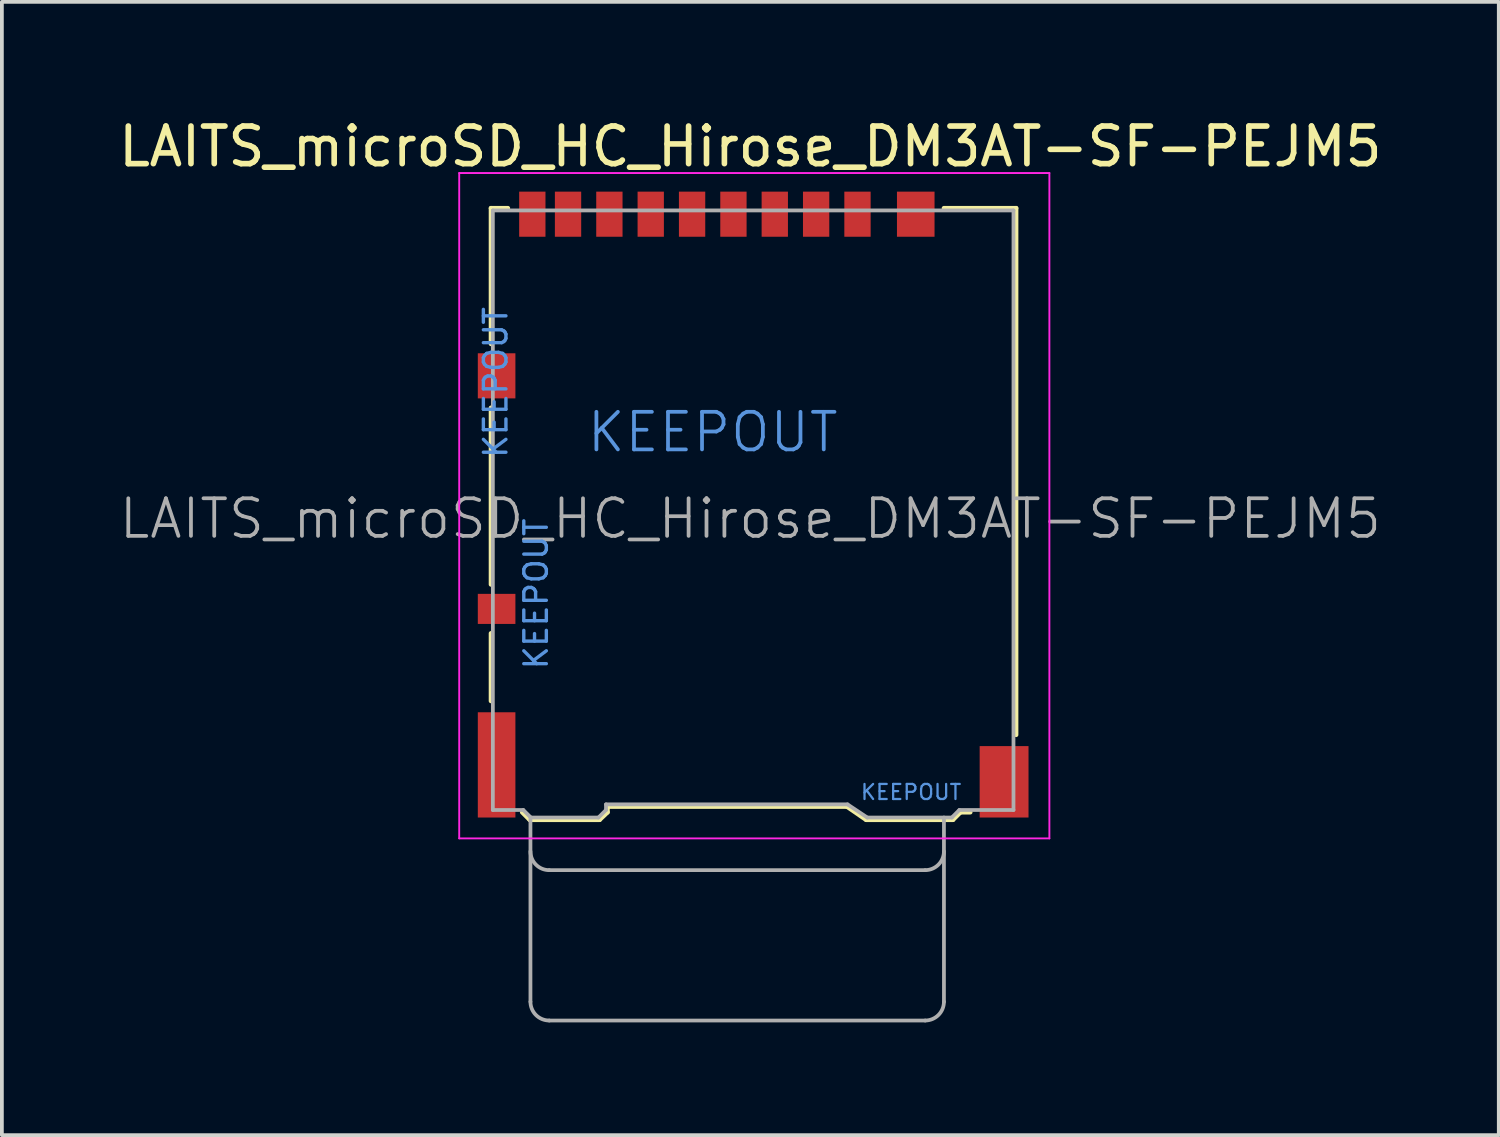
<source format=kicad_pcb>
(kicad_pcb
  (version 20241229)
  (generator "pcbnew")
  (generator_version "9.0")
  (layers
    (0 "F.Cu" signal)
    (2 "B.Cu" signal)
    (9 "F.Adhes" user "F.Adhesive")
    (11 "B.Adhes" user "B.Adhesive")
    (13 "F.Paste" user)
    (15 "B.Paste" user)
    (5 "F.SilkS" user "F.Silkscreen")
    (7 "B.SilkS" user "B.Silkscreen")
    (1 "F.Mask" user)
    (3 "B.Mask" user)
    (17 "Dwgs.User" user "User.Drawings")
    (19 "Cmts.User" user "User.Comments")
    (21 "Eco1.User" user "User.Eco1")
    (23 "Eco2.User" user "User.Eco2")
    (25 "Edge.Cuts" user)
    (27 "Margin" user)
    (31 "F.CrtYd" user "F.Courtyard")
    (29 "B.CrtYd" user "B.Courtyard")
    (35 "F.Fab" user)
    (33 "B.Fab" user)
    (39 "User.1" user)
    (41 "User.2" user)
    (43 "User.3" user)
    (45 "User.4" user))
  (footprint "LAITS_microSD_HC_Hirose_DM3AT-SF-PEJM5"
    (layer "F.Cu")
    (at 16.986 10.373)
    (property "Reference" "LAITS_microSD_HC_Hirose_DM3AT-SF-PEJM5" (at -0.075 -9.525 0) (layer "F.SilkS") (effects (font (size 1 1) (thickness 0.15))))
    (attr smd)
    (fp_line (start -6.975 -7.885) (end -6.975 -4.275) (stroke (width 0.12) (type solid)) (layer "F.SilkS"))
    (fp_line (start -6.975 -2.575) (end -6.975 2.125) (stroke (width 0.12) (type solid)) (layer "F.SilkS"))
    (fp_line (start -6.975 3.425) (end -6.975 5.225) (stroke (width 0.12) (type solid)) (layer "F.SilkS"))
    (fp_line (start -6.525 -7.885) (end -6.975 -7.885) (stroke (width 0.12) (type solid)) (layer "F.SilkS"))
    (fp_line (start -5.945 8.385) (end -6.145 8.185) (stroke (width 0.12) (type solid)) (layer "F.SilkS"))
    (fp_line (start -5.945 8.385) (end -4.085 8.385) (stroke (width 0.12) (type solid)) (layer "F.SilkS"))
    (fp_line (start -4.085 8.385) (end -3.875 8.185) (stroke (width 0.12) (type solid)) (layer "F.SilkS"))
    (fp_line (start -3.875 8.035) (end -3.875 8.185) (stroke (width 0.12) (type solid)) (layer "F.SilkS"))
    (fp_line (start -3.875 8.035) (end 2.495 8.035) (stroke (width 0.12) (type solid)) (layer "F.SilkS"))
    (fp_line (start 3.005 8.385) (end 2.495 8.035) (stroke (width 0.12) (type solid)) (layer "F.SilkS"))
    (fp_line (start 5.075 -7.885) (end 6.995 -7.885) (stroke (width 0.12) (type solid)) (layer "F.SilkS"))
    (fp_line (start 5.315 8.385) (end 3.005 8.385) (stroke (width 0.12) (type solid)) (layer "F.SilkS"))
    (fp_line (start 5.315 8.385) (end 5.515 8.185) (stroke (width 0.12) (type solid)) (layer "F.SilkS"))
    (fp_line (start 5.515 8.185) (end 5.775 8.185) (stroke (width 0.12) (type solid)) (layer "F.SilkS"))
    (fp_line (start 6.995 -7.885) (end 6.995 6.125) (stroke (width 0.12) (type solid)) (layer "F.SilkS"))
    (fp_line (start -7.82 -8.82) (end 7.88 -8.82) (stroke (width 0.05) (type solid)) (layer "F.CrtYd"))
    (fp_line (start -7.82 8.88) (end -7.82 -8.82) (stroke (width 0.05) (type solid)) (layer "F.CrtYd"))
    (fp_line (start 7.88 -8.82) (end 7.88 8.88) (stroke (width 0.05) (type solid)) (layer "F.CrtYd"))
    (fp_line (start 7.88 8.88) (end -7.82 8.88) (stroke (width 0.05) (type solid)) (layer "F.CrtYd"))
    (fp_line (start -6.925 8.125) (end -6.925 -7.825) (stroke (width 0.1) (type solid)) (layer "F.Fab"))
    (fp_line (start -6.115 8.125) (end -6.925 8.125) (stroke (width 0.1) (type solid)) (layer "F.Fab"))
    (fp_line (start -5.925 8.325) (end -5.925 13.225) (stroke (width 0.1) (type solid)) (layer "F.Fab"))
    (fp_line (start -5.915 8.325) (end -6.115 8.125) (stroke (width 0.1) (type solid)) (layer "F.Fab"))
    (fp_line (start -5.425 9.725) (end 4.575 9.725) (stroke (width 0.1) (type solid)) (layer "F.Fab"))
    (fp_line (start -5.425 13.725) (end 4.575 13.725) (stroke (width 0.1) (type solid)) (layer "F.Fab"))
    (fp_line (start -4.115 8.325) (end -5.915 8.325) (stroke (width 0.1) (type solid)) (layer "F.Fab"))
    (fp_line (start -3.915 8.125) (end -4.115 8.325) (stroke (width 0.1) (type solid)) (layer "F.Fab"))
    (fp_line (start -3.915 8.125) (end -3.915 7.975) (stroke (width 0.1) (type solid)) (layer "F.Fab"))
    (fp_line (start 2.51 7.975) (end -3.915 7.975) (stroke (width 0.1) (type solid)) (layer "F.Fab"))
    (fp_line (start 3.035 8.325) (end 2.51 7.975) (stroke (width 0.1) (type solid)) (layer "F.Fab"))
    (fp_line (start 5.075 13.225) (end 5.075 8.325) (stroke (width 0.1) (type solid)) (layer "F.Fab"))
    (fp_line (start 5.285 8.325) (end 3.035 8.325) (stroke (width 0.1) (type solid)) (layer "F.Fab"))
    (fp_line (start 5.285 8.325) (end 5.485 8.125) (stroke (width 0.1) (type solid)) (layer "F.Fab"))
    (fp_line (start 5.485 8.125) (end 6.925 8.125) (stroke (width 0.1) (type solid)) (layer "F.Fab"))
    (fp_line (start 6.925 -7.825) (end -6.925 -7.825) (stroke (width 0.1) (type solid)) (layer "F.Fab"))
    (fp_line (start 6.925 8.125) (end 6.925 -7.825) (stroke (width 0.1) (type solid)) (layer "F.Fab"))
    (fp_arc (start -5.425 9.725) (mid -5.778553 9.578553) (end -5.925 9.225) (stroke (width 0.1) (type solid)) (layer "F.Fab"))
    (fp_arc (start -5.425 13.725) (mid -5.778553 13.578553) (end -5.925 13.225) (stroke (width 0.1) (type solid)) (layer "F.Fab"))
    (fp_arc (start 5.075 9.225) (mid 4.928553 9.578553) (end 4.575 9.725) (stroke (width 0.1) (type solid)) (layer "F.Fab"))
    (fp_arc (start 5.075 13.225) (mid 4.928553 13.578553) (end 4.575 13.725) (stroke (width 0.1) (type solid)) (layer "F.Fab"))
    (fp_text user "KEEPOUT" (at -6.85 -3.25 90) (layer "Cmts.User") (effects (font (size 0.6 0.6) (thickness 0.09))))
    (fp_text user "KEEPOUT" (at 4.2 7.65 0) (layer "Cmts.User") (effects (font (size 0.4 0.4) (thickness 0.06))))
    (fp_text user "KEEPOUT" (at -5.775 2.375 90) (layer "Cmts.User") (effects (font (size 0.6 0.6) (thickness 0.09))))
    (fp_text user "KEEPOUT" (at -1.075 -1.925 0) (layer "Cmts.User") (effects (font (size 1 1) (thickness 0.1))))
    (fp_text user "${REFERENCE}" (at -0.075 0.375 0) (layer "F.Fab") (effects (font (size 1 1) (thickness 0.1))))
    (pad "1" smd rect (at 2.775 -7.725) (size 0.7 1.2) (layers "F.Cu" "F.Mask" "F.Paste"))
    (pad "2" smd rect (at 1.675 -7.725) (size 0.7 1.2) (layers "F.Cu" "F.Mask" "F.Paste"))
    (pad "3" smd rect (at 0.575 -7.725) (size 0.7 1.2) (layers "F.Cu" "F.Mask" "F.Paste"))
    (pad "4" smd rect (at -0.525 -7.725) (size 0.7 1.2) (layers "F.Cu" "F.Mask" "F.Paste"))
    (pad "5" smd rect (at -1.625 -7.725) (size 0.7 1.2) (layers "F.Cu" "F.Mask" "F.Paste"))
    (pad "6" smd rect (at -2.725 -7.725) (size 0.7 1.2) (layers "F.Cu" "F.Mask" "F.Paste"))
    (pad "7" smd rect (at -3.825 -7.725) (size 0.7 1.2) (layers "F.Cu" "F.Mask" "F.Paste"))
    (pad "8" smd rect (at -4.925 -7.725) (size 0.7 1.2) (layers "F.Cu" "F.Mask" "F.Paste"))
    (pad "9" smd rect (at -5.875 -7.725) (size 0.7 1.2) (layers "F.Cu" "F.Mask" "F.Paste"))
    (pad "10" smd rect (at -6.825 2.775) (size 1 0.8) (layers "F.Cu" "F.Mask" "F.Paste"))
    (pad "11" smd rect (at -6.825 -3.425) (size 1 1.2) (layers "F.Cu" "F.Mask" "F.Paste"))
    (pad "11" smd rect (at -6.825 6.925) (size 1 2.8) (layers "F.Cu" "F.Mask" "F.Paste"))
    (pad "11" smd rect (at 4.325 -7.725) (size 1 1.2) (layers "F.Cu" "F.Mask" "F.Paste"))
    (pad "11" smd rect (at 6.675 7.375) (size 1.3 1.9) (layers "F.Cu" "F.Mask" "F.Paste"))
    (zone (net_name "") (layer "F.Cu") (hatch full 0.508) (connect_pads) (min_thickness 0.254) (filled_areas_thickness no) (keepout (tracks not_allowed) (vias not_allowed) (pads not_allowed) (copperpour not_allowed) (footprints not_allowed)) (placement (enabled no)) (fill) (polygon (pts (xy 10.511 6.348) (xy 9.761 6.348) (xy 9.761 3.098) (xy 10.511 3.098))))
    (zone (net_name "") (layer "F.Cu") (hatch full 0.508) (connect_pads) (min_thickness 0.254) (filled_areas_thickness no) (keepout (tracks not_allowed) (vias not_allowed) (pads not_allowed) (copperpour not_allowed) (footprints not_allowed)) (placement (enabled no)) (fill) (polygon (pts (xy 10.511 11.148) (xy 9.761 11.148) (xy 9.761 7.548) (xy 10.511 7.548))))
    (zone (net_name "") (layer "F.Cu") (hatch full 0.508) (connect_pads) (min_thickness 0.254) (filled_areas_thickness no) (keepout (tracks not_allowed) (vias not_allowed) (pads not_allowed) (copperpour not_allowed) (footprints not_allowed)) (placement (enabled no)) (fill) (polygon (pts (xy 10.861 8.948) (xy 11.561 8.948) (xy 11.561 16.548) (xy 10.861 16.548))))
    (zone (net_name "") (layer "F.Cu") (hatch full 0.508) (connect_pads) (min_thickness 0.254) (filled_areas_thickness no) (keepout (tracks not_allowed) (vias not_allowed) (pads not_allowed) (copperpour not_allowed) (footprints not_allowed)) (placement (enabled no)) (fill) (polygon (pts (xy 19.911 17.348) (xy 22.461 17.348) (xy 22.461 18.698) (xy 19.911 18.698))))
    (zone (net_name "") (layer "F.Cu") (hatch full 0.508) (connect_pads) (min_thickness 0.254) (filled_areas_thickness no) (keepout (tracks not_allowed) (vias not_allowed) (pads not_allowed) (copperpour not_allowed) (footprints not_allowed)) (placement (enabled no)) (fill) (polygon (pts (xy 20.261 9.248) (xy 11.561 9.248) (xy 11.561 7.648) (xy 20.261 7.648)))))
  (gr_rect
    (start -3 -3)
    (end 36.821 27.148)
    (stroke (width 0.1) (type default))
    (fill no)
    (layer "Edge.Cuts")))
</source>
